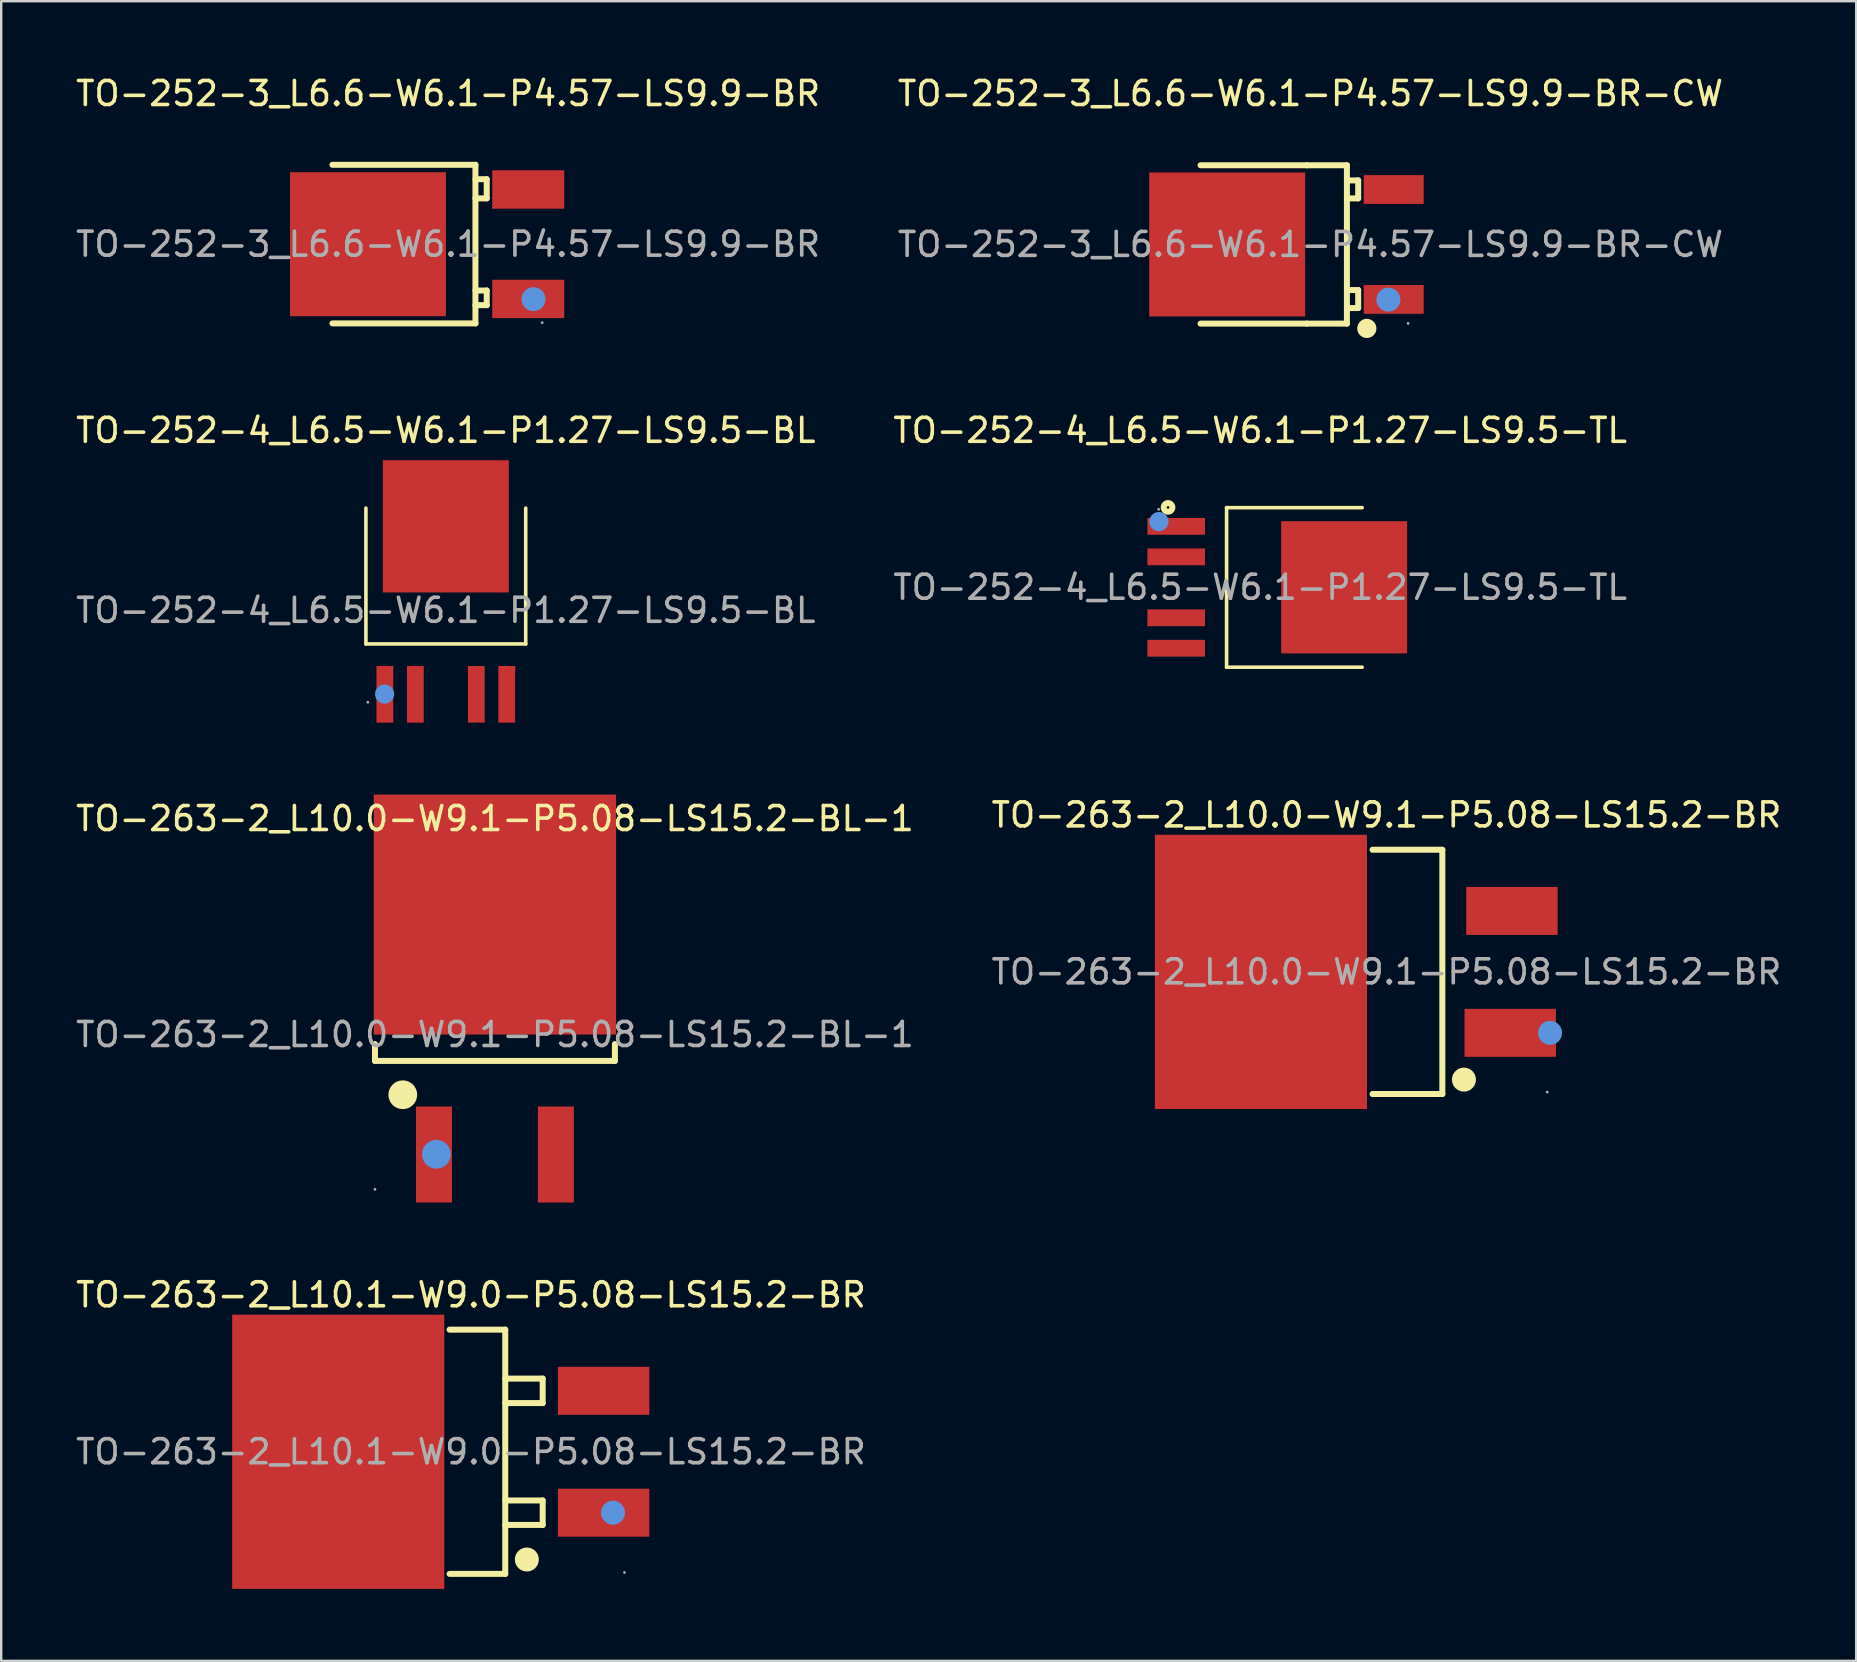
<source format=kicad_pcb>
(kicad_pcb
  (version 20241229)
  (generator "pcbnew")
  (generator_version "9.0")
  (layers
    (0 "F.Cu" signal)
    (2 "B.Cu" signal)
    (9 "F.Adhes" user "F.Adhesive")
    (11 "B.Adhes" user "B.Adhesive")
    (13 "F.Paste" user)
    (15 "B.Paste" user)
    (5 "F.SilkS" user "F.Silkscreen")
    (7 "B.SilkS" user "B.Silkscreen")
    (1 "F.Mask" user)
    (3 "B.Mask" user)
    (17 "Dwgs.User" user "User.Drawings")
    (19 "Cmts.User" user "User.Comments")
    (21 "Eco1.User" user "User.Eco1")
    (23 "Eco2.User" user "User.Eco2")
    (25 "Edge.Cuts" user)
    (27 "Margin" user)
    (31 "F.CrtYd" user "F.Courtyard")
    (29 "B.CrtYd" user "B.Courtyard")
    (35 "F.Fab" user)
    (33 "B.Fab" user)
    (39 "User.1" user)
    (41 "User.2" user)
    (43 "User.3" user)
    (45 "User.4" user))
  (footprint "TO-252-3_L6.6-W6.1-P4.57-LS9.9-BR-CW"
    (layer "F.Cu")
    (at 51.565 7.138)
    (property "Reference" "TO-252-3_L6.6-W6.1-P4.57-LS9.9-BR-CW" (at 0 -6.29 0) (layer "F.SilkS") (effects (font (size 1 1) (thickness 0.15))))
    (attr through_hole)
    (fp_line (start -0.15 -3.3) (end -4.58 -3.3) (stroke (width 0.25) (type solid)) (layer "F.SilkS"))
    (fp_line (start -0.15 -3.3) (end 1.52 -3.3) (stroke (width 0.25) (type solid)) (layer "F.SilkS"))
    (fp_line (start -0.15 3.3) (end -4.58 3.3) (stroke (width 0.25) (type solid)) (layer "F.SilkS"))
    (fp_line (start 1.52 -3.3) (end 1.52 3.3) (stroke (width 0.25) (type solid)) (layer "F.SilkS"))
    (fp_line (start 1.52 3.3) (end -0.15 3.3) (stroke (width 0.25) (type solid)) (layer "F.SilkS"))
    (fp_line (start 1.99 -2.67) (end 1.52 -2.67) (stroke (width 0.25) (type solid)) (layer "F.SilkS"))
    (fp_line (start 1.99 -2.67) (end 1.99 -1.92) (stroke (width 0.25) (type solid)) (layer "F.SilkS"))
    (fp_line (start 1.99 -1.92) (end 1.52 -1.92) (stroke (width 0.25) (type solid)) (layer "F.SilkS"))
    (fp_line (start 1.99 1.9) (end 1.52 1.9) (stroke (width 0.25) (type solid)) (layer "F.SilkS"))
    (fp_line (start 1.99 1.9) (end 1.99 2.65) (stroke (width 0.25) (type solid)) (layer "F.SilkS"))
    (fp_line (start 1.99 2.65) (end 1.52 2.65) (stroke (width 0.25) (type solid)) (layer "F.SilkS"))
    (fp_circle (center 2.35 3.5) (end 2.55 3.5) (stroke (width 0.4) (type solid)) (fill no) (layer "F.SilkS"))
    (fp_circle (center 3.25 2.3) (end 3.5 2.3) (stroke (width 0.5) (type solid)) (fill no) (layer "Cmts.User"))
    (fp_circle (center 4.07 3.29) (end 4.1 3.29) (stroke (width 0.06) (type solid)) (fill no) (layer "F.Fab"))
    (fp_text user "${REFERENCE}" (at 0 0 0) (layer "F.Fab") (effects (font (size 1 1) (thickness 0.15))))
    (pad "1" smd rect (at 3.47 2.29) (size 2.5 1.2) (layers "F.Cu" "F.Mask" "F.Paste"))
    (pad "2" smd rect (at -3.47 0) (size 6.5 6) (layers "F.Cu" "F.Mask" "F.Paste"))
    (pad "3" smd rect (at 3.47 -2.29) (size 2.5 1.2) (layers "F.Cu" "F.Mask" "F.Paste")))
  (footprint "TO-252-4_L6.5-W6.1-P1.27-LS9.5-BL"
    (layer "F.Cu")
    (at 15.53 22.387)
    (property "Reference" "TO-252-4_L6.5-W6.1-P1.27-LS9.5-BL" (at 0 -7.5 0) (layer "F.SilkS") (effects (font (size 1 1) (thickness 0.15))))
    (attr through_hole)
    (fp_line (start -3.33 -4.26) (end -3.33 1.4) (stroke (width 0.15) (type solid)) (layer "F.SilkS"))
    (fp_line (start -3.33 1.4) (end 3.33 1.4) (stroke (width 0.15) (type solid)) (layer "F.SilkS"))
    (fp_line (start 3.33 -4.26) (end 3.33 1.4) (stroke (width 0.15) (type solid)) (layer "F.SilkS"))
    (fp_circle (center -2.55 3.49) (end -2.35 3.49) (stroke (width 0.4) (type solid)) (fill no) (layer "Cmts.User"))
    (fp_circle (center -3.25 3.83) (end -3.22 3.83) (stroke (width 0.06) (type solid)) (fill no) (layer "F.Fab"))
    (fp_text user "${REFERENCE}" (at 0 0 0) (layer "F.Fab") (effects (font (size 1 1) (thickness 0.15))))
    (pad "1" smd rect (at -2.54 3.5) (size 0.7 2.36) (layers "F.Cu" "F.Mask" "F.Paste"))
    (pad "2" smd rect (at -1.27 3.5) (size 0.7 2.36) (layers "F.Cu" "F.Mask" "F.Paste"))
    (pad "3" smd rect (at 0 -3.5) (size 5.25 5.51) (layers "F.Cu" "F.Mask" "F.Paste"))
    (pad "4" smd rect (at 1.27 3.5) (size 0.7 2.36) (layers "F.Cu" "F.Mask" "F.Paste"))
    (pad "5" smd rect (at 2.54 3.5) (size 0.7 2.36) (layers "F.Cu" "F.Mask" "F.Paste")))
  (footprint "TO-252-4_L6.5-W6.1-P1.27-LS9.5-TL"
    (layer "F.Cu")
    (at 49.47 21.427)
    (property "Reference" "TO-252-4_L6.5-W6.1-P1.27-LS9.5-TL" (at 0 -6.54 0) (layer "F.SilkS") (effects (font (size 1 1) (thickness 0.15))))
    (attr through_hole)
    (fp_line (start -1.4 -3.32) (end -1.4 3.33) (stroke (width 0.15) (type solid)) (layer "F.SilkS"))
    (fp_line (start 4.25 -3.32) (end -1.4 -3.32) (stroke (width 0.15) (type solid)) (layer "F.SilkS"))
    (fp_line (start 4.25 3.33) (end -1.4 3.33) (stroke (width 0.15) (type solid)) (layer "F.SilkS"))
    (fp_circle (center -3.84 -3.33) (end -3.66 -3.33) (stroke (width 0.25) (type solid)) (fill no) (layer "F.SilkS"))
    (fp_circle (center -4.22 -2.74) (end -4.02 -2.74) (stroke (width 0.4) (type solid)) (fill no) (layer "Cmts.User"))
    (fp_circle (center -4.23 -3.25) (end -4.2 -3.25) (stroke (width 0.06) (type solid)) (fill no) (layer "F.Fab"))
    (fp_text user "${REFERENCE}" (at 0 0 0) (layer "F.Fab") (effects (font (size 1 1) (thickness 0.15))))
    (pad "1" smd rect (at -3.5 -2.54) (size 2.4 0.7) (layers "F.Cu" "F.Mask" "F.Paste"))
    (pad "2" smd rect (at -3.5 -1.27) (size 2.4 0.7) (layers "F.Cu" "F.Mask" "F.Paste"))
    (pad "3" smd rect (at 3.5 0) (size 5.25 5.51) (layers "F.Cu" "F.Mask" "F.Paste"))
    (pad "4" smd rect (at -3.5 1.27) (size 2.4 0.7) (layers "F.Cu" "F.Mask" "F.Paste"))
    (pad "5" smd rect (at -3.5 2.54) (size 2.4 0.7) (layers "F.Cu" "F.Mask" "F.Paste")))
  (footprint "TO-263-2_L10.1-W9.0-P5.08-LS15.2-BR"
    (layer "F.Cu")
    (at 16.577 57.455)
    (property "Reference" "TO-263-2_L10.1-W9.0-P5.08-LS15.2-BR" (at 0 -6.54 0) (layer "F.SilkS") (effects (font (size 1 1) (thickness 0.15))))
    (attr through_hole)
    (fp_line (start 1.43 -5.09) (end -0.89 -5.09) (stroke (width 0.25) (type solid)) (layer "F.SilkS"))
    (fp_line (start 1.43 -5.09) (end 1.43 5.09) (stroke (width 0.25) (type solid)) (layer "F.SilkS"))
    (fp_line (start 1.43 -3.05) (end 2.99 -3.05) (stroke (width 0.25) (type solid)) (layer "F.SilkS"))
    (fp_line (start 1.43 2.03) (end 2.99 2.03) (stroke (width 0.25) (type solid)) (layer "F.SilkS"))
    (fp_line (start 1.43 5.09) (end -0.89 5.09) (stroke (width 0.25) (type solid)) (layer "F.SilkS"))
    (fp_line (start 2.99 -3.05) (end 2.99 -2.03) (stroke (width 0.25) (type solid)) (layer "F.SilkS"))
    (fp_line (start 2.99 -2.03) (end 1.43 -2.03) (stroke (width 0.25) (type solid)) (layer "F.SilkS"))
    (fp_line (start 2.99 2.03) (end 2.99 3.05) (stroke (width 0.25) (type solid)) (layer "F.SilkS"))
    (fp_line (start 2.99 3.05) (end 1.43 3.05) (stroke (width 0.25) (type solid)) (layer "F.SilkS"))
    (fp_circle (center 2.33 4.49) (end 2.58 4.49) (stroke (width 0.5) (type solid)) (fill no) (layer "F.SilkS"))
    (fp_circle (center 5.92 2.54) (end 6.17 2.54) (stroke (width 0.5) (type solid)) (fill no) (layer "Cmts.User"))
    (fp_circle (center 6.4 5.03) (end 6.43 5.03) (stroke (width 0.06) (type solid)) (fill no) (layer "F.Fab"))
    (fp_text user "${REFERENCE}" (at 0 0 0) (layer "F.Fab") (effects (font (size 1 1) (thickness 0.15))))
    (pad "1" smd rect (at 5.53 2.54) (size 3.81 2) (layers "F.Cu" "F.Mask" "F.Paste"))
    (pad "3" smd rect (at 5.53 -2.54) (size 3.81 2) (layers "F.Cu" "F.Mask" "F.Paste"))
    (pad "4" smd rect (at -5.53 0) (size 8.84 11.43) (layers "F.Cu" "F.Mask" "F.Paste")))
  (footprint "TO-263-2_L10.0-W9.1-P5.08-LS15.2-BL-1"
    (layer "F.Cu")
    (at 17.577 40.066)
    (property "Reference" "TO-263-2_L10.0-W9.1-P5.08-LS15.2-BL-1" (at 0 -9 0) (layer "F.SilkS") (effects (font (size 1 1) (thickness 0.15))))
    (attr through_hole)
    (fp_line (start -5 1.1) (end -5 0.4) (stroke (width 0.25) (type solid)) (layer "F.SilkS"))
    (fp_line (start 5 0.4) (end 5 1.1) (stroke (width 0.25) (type solid)) (layer "F.SilkS"))
    (fp_line (start 5 1.1) (end -5 1.1) (stroke (width 0.25) (type solid)) (layer "F.SilkS"))
    (fp_arc (start -3.84 2.51) (mid -3.84 2.51) (end -3.84 2.51) (stroke (width 0.6) (type solid)) (layer "F.SilkS"))
    (fp_circle (center -2.44 4.99) (end -2.14 4.99) (stroke (width 0.6) (type solid)) (fill no) (layer "Cmts.User"))
    (fp_circle (center -5 6.45) (end -4.97 6.45) (stroke (width 0.06) (type solid)) (fill no) (layer "F.Fab"))
    (fp_text user "${REFERENCE}" (at 0 0 0) (layer "F.Fab") (effects (font (size 1 1) (thickness 0.15))))
    (pad "1" smd rect (at -2.54 5 180) (size 1.5 4) (layers "F.Cu" "F.Mask" "F.Paste"))
    (pad "3" smd rect (at 2.54 5 180) (size 1.5 4) (layers "F.Cu" "F.Mask" "F.Paste"))
    (pad "4" smd rect (at 0 -5 180) (size 10.1 10) (layers "F.Cu" "F.Mask" "F.Paste")))
  (footprint "TO-252-3_L6.6-W6.1-P4.57-LS9.9-BR"
    (layer "F.Cu")
    (at 15.625 7.128)
    (property "Reference" "TO-252-3_L6.6-W6.1-P4.57-LS9.9-BR" (at 0 -6.28 0) (layer "F.SilkS") (effects (font (size 1 1) (thickness 0.15))))
    (attr through_hole)
    (fp_line (start -4.82 -3.31) (end 1.14 -3.31) (stroke (width 0.25) (type solid)) (layer "F.SilkS"))
    (fp_line (start 1.14 -3.31) (end 1.14 3.3) (stroke (width 0.25) (type solid)) (layer "F.SilkS"))
    (fp_line (start 1.14 -2.71) (end 1.61 -2.71) (stroke (width 0.25) (type solid)) (layer "F.SilkS"))
    (fp_line (start 1.14 1.93) (end 1.61 1.93) (stroke (width 0.25) (type solid)) (layer "F.SilkS"))
    (fp_line (start 1.14 3.3) (end -4.82 3.3) (stroke (width 0.25) (type solid)) (layer "F.SilkS"))
    (fp_line (start 1.61 -2.71) (end 1.61 -1.91) (stroke (width 0.25) (type solid)) (layer "F.SilkS"))
    (fp_line (start 1.61 -1.91) (end 1.14 -1.91) (stroke (width 0.25) (type solid)) (layer "F.SilkS"))
    (fp_line (start 1.61 1.93) (end 1.61 2.54) (stroke (width 0.25) (type solid)) (layer "F.SilkS"))
    (fp_line (start 1.61 2.54) (end 1.14 2.54) (stroke (width 0.25) (type solid)) (layer "F.SilkS"))
    (fp_circle (center 3.56 2.29) (end 3.81 2.29) (stroke (width 0.5) (type solid)) (fill no) (layer "Cmts.User"))
    (fp_circle (center 3.92 3.27) (end 3.95 3.27) (stroke (width 0.06) (type solid)) (fill no) (layer "F.Fab"))
    (fp_text user "${REFERENCE}" (at 0 0 0) (layer "F.Fab") (effects (font (size 1 1) (thickness 0.15))))
    (pad "1" smd rect (at 3.34 2.28) (size 3 1.6) (layers "F.Cu" "F.Mask" "F.Paste"))
    (pad "2" smd rect (at 3.34 -2.28) (size 3 1.6) (layers "F.Cu" "F.Mask" "F.Paste"))
    (pad "3" smd rect (at -3.34 0 270) (size 6 6.5) (layers "F.Cu" "F.Mask" "F.Paste")))
  (footprint "TO-263-2_L10.0-W9.1-P5.08-LS15.2-BR"
    (layer "F.Cu")
    (at 54.732 37.455)
    (property "Reference" "TO-263-2_L10.0-W9.1-P5.08-LS15.2-BR" (at 0 -6.54 0) (layer "F.SilkS") (effects (font (size 1 1) (thickness 0.15))))
    (attr through_hole)
    (fp_line (start 2.33 -5.09) (end -0.58 -5.09) (stroke (width 0.25) (type solid)) (layer "F.SilkS"))
    (fp_line (start 2.33 -5.09) (end 2.33 5.09) (stroke (width 0.25) (type solid)) (layer "F.SilkS"))
    (fp_line (start 2.33 5.09) (end -0.58 5.09) (stroke (width 0.25) (type solid)) (layer "F.SilkS"))
    (fp_circle (center 3.23 4.49) (end 3.48 4.49) (stroke (width 0.5) (type solid)) (fill no) (layer "F.SilkS"))
    (fp_circle (center 6.82 2.54) (end 7.07 2.54) (stroke (width 0.5) (type solid)) (fill no) (layer "Cmts.User"))
    (fp_circle (center 6.7 5.01) (end 6.73 5.01) (stroke (width 0.06) (type solid)) (fill no) (layer "F.Fab"))
    (fp_text user "${REFERENCE}" (at 0 0 0) (layer "F.Fab") (effects (font (size 1 1) (thickness 0.15))))
    (pad "1" smd rect (at 5.16 2.54) (size 3.81 2) (layers "F.Cu" "F.Mask" "F.Paste"))
    (pad "3" smd rect (at 5.23 -2.54) (size 3.81 2) (layers "F.Cu" "F.Mask" "F.Paste"))
    (pad "4" smd rect (at -5.23 0) (size 8.84 11.43) (layers "F.Cu" "F.Mask" "F.Paste")))
  (gr_rect
    (start -3 -3)
    (end 74.31 66.17)
    (stroke (width 0.1) (type default))
    (fill no)
    (layer "Edge.Cuts")))
</source>
